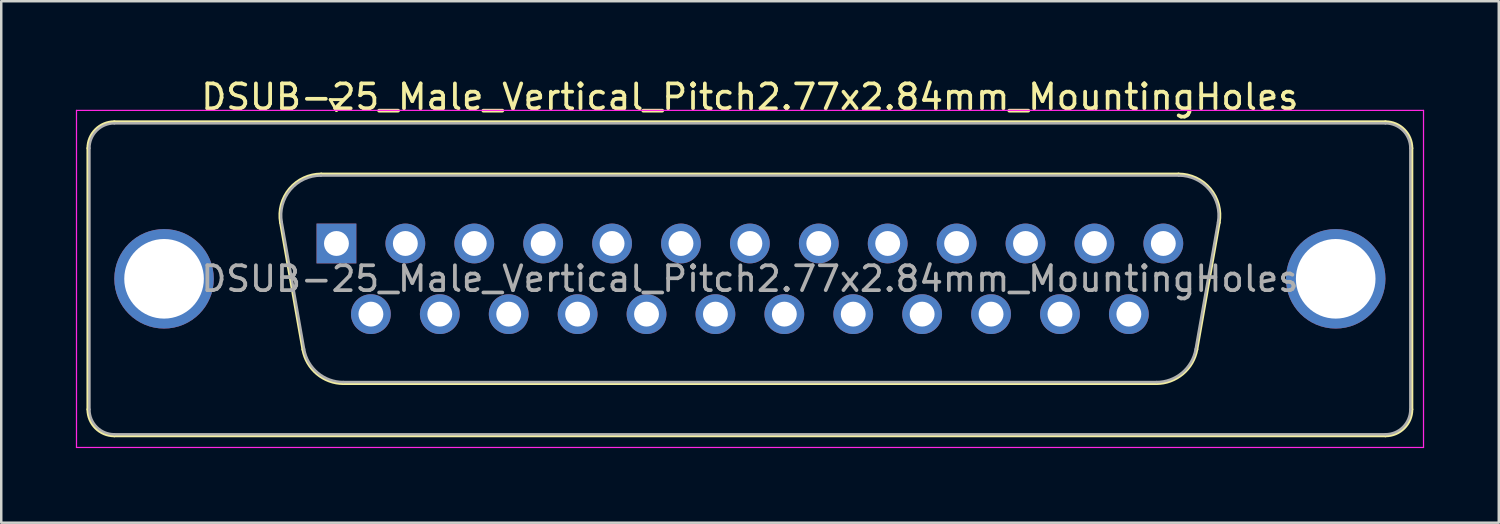
<source format=kicad_pcb>
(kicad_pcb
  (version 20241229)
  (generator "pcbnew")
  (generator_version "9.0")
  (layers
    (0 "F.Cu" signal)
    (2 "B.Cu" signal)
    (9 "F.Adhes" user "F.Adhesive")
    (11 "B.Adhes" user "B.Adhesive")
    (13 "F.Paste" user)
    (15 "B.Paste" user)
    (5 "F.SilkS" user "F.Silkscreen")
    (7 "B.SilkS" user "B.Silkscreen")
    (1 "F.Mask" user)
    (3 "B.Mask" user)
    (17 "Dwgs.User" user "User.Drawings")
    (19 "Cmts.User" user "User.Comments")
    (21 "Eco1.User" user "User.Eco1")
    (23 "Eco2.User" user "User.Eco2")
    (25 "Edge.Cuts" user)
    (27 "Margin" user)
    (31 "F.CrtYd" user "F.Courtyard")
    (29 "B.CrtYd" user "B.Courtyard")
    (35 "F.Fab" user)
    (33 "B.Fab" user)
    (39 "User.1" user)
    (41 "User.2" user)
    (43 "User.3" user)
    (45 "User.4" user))
  (footprint "DSUB-25_Male_Vertical_Pitch2.77x2.84mm_MountingHoles"
    (layer "F.Cu")
    (at 10.475 6.738)
    (property "Reference" "DSUB-25_Male_Vertical_Pitch2.77x2.84mm_MountingHoles" (at 16.62 -5.89 0) (layer "F.SilkS") (effects (font (size 1 1) (thickness 0.15))))
    (attr through_hole)
    (fp_line (start -9.99 6.67) (end -9.99 -3.83) (stroke (width 0.12) (type solid)) (layer "F.SilkS"))
    (fp_line (start -8.93 -4.89) (end 42.17 -4.89) (stroke (width 0.12) (type solid)) (layer "F.SilkS"))
    (fp_line (start -2.246 -0.842) (end -1.347 4.258) (stroke (width 0.12) (type solid)) (layer "F.SilkS"))
    (fp_line (start -0.612 -2.79) (end 33.852 -2.79) (stroke (width 0.12) (type solid)) (layer "F.SilkS"))
    (fp_line (start -0.25 -5.784) (end 0.25 -5.784) (stroke (width 0.12) (type solid)) (layer "F.SilkS"))
    (fp_line (start 0 -5.351) (end -0.25 -5.784) (stroke (width 0.12) (type solid)) (layer "F.SilkS"))
    (fp_line (start 0.25 -5.784) (end 0 -5.351) (stroke (width 0.12) (type solid)) (layer "F.SilkS"))
    (fp_line (start 0.288 5.63) (end 32.952 5.63) (stroke (width 0.12) (type solid)) (layer "F.SilkS"))
    (fp_line (start 35.486 -0.842) (end 34.587 4.258) (stroke (width 0.12) (type solid)) (layer "F.SilkS"))
    (fp_line (start 42.17 7.73) (end -8.93 7.73) (stroke (width 0.12) (type solid)) (layer "F.SilkS"))
    (fp_line (start 43.23 -3.83) (end 43.23 6.67) (stroke (width 0.12) (type solid)) (layer "F.SilkS"))
    (fp_arc (start -9.99 -3.83) (mid -9.679533 -4.579533) (end -8.93 -4.89) (stroke (width 0.12) (type solid)) (layer "F.SilkS"))
    (fp_arc (start -8.93 7.73) (mid -9.679533 7.419533) (end -9.99 6.67) (stroke (width 0.12) (type solid)) (layer "F.SilkS"))
    (fp_arc (start -2.24647 -0.841744) (mid -1.883323 -2.197028) (end -0.611689 -2.79) (stroke (width 0.12) (type solid)) (layer "F.SilkS"))
    (fp_arc (start 0.287579 5.63) (mid -0.779448 5.241634) (end -1.347202 4.258256) (stroke (width 0.12) (type solid)) (layer "F.SilkS"))
    (fp_arc (start 33.851689 -2.79) (mid 35.123323 -2.197027) (end 35.48647 -0.841744) (stroke (width 0.12) (type solid)) (layer "F.SilkS"))
    (fp_arc (start 34.587202 4.258256) (mid 34.019449 5.241634) (end 32.952421 5.63) (stroke (width 0.12) (type solid)) (layer "F.SilkS"))
    (fp_arc (start 42.17 -4.89) (mid 42.919533 -4.579533) (end 43.23 -3.83) (stroke (width 0.12) (type solid)) (layer "F.SilkS"))
    (fp_arc (start 43.23 6.67) (mid 42.919533 7.419533) (end 42.17 7.73) (stroke (width 0.12) (type solid)) (layer "F.SilkS"))
    (fp_line (start -10.45 -5.35) (end -10.45 8.2) (stroke (width 0.05) (type solid)) (layer "F.CrtYd"))
    (fp_line (start -10.45 8.2) (end 43.7 8.2) (stroke (width 0.05) (type solid)) (layer "F.CrtYd"))
    (fp_line (start 43.7 -5.35) (end -10.45 -5.35) (stroke (width 0.05) (type solid)) (layer "F.CrtYd"))
    (fp_line (start 43.7 8.2) (end 43.7 -5.35) (stroke (width 0.05) (type solid)) (layer "F.CrtYd"))
    (fp_line (start -9.93 6.67) (end -9.93 -3.83) (stroke (width 0.1) (type solid)) (layer "F.Fab"))
    (fp_line (start -8.93 -4.83) (end 42.17 -4.83) (stroke (width 0.1) (type solid)) (layer "F.Fab"))
    (fp_line (start -2.199 -0.852) (end -1.3 4.248) (stroke (width 0.1) (type solid)) (layer "F.Fab"))
    (fp_line (start -0.623 -2.73) (end 33.863 -2.73) (stroke (width 0.1) (type solid)) (layer "F.Fab"))
    (fp_line (start 0.276 5.57) (end 32.964 5.57) (stroke (width 0.1) (type solid)) (layer "F.Fab"))
    (fp_line (start 35.439 -0.852) (end 34.54 4.248) (stroke (width 0.1) (type solid)) (layer "F.Fab"))
    (fp_line (start 42.17 7.67) (end -8.93 7.67) (stroke (width 0.1) (type solid)) (layer "F.Fab"))
    (fp_line (start 43.17 -3.83) (end 43.17 6.67) (stroke (width 0.1) (type solid)) (layer "F.Fab"))
    (fp_arc (start -9.93 -3.83) (mid -9.637107 -4.537107) (end -8.93 -4.83) (stroke (width 0.1) (type solid)) (layer "F.Fab"))
    (fp_arc (start -8.93 7.67) (mid -9.637107 7.377107) (end -9.93 6.67) (stroke (width 0.1) (type solid)) (layer "F.Fab"))
    (fp_arc (start -2.198886 -0.852163) (mid -1.848865 -2.15846) (end -0.623194 -2.73) (stroke (width 0.1) (type solid)) (layer "F.Fab"))
    (fp_arc (start 0.276073 5.57) (mid -0.752387 5.195671) (end -1.299619 4.247837) (stroke (width 0.1) (type solid)) (layer "F.Fab"))
    (fp_arc (start 33.863194 -2.73) (mid 35.088865 -2.15846) (end 35.438886 -0.852163) (stroke (width 0.1) (type solid)) (layer "F.Fab"))
    (fp_arc (start 34.539619 4.247837) (mid 33.992387 5.195671) (end 32.963927 5.57) (stroke (width 0.1) (type solid)) (layer "F.Fab"))
    (fp_arc (start 42.17 -4.83) (mid 42.877107 -4.537107) (end 43.17 -3.83) (stroke (width 0.1) (type solid)) (layer "F.Fab"))
    (fp_arc (start 43.17 6.67) (mid 42.877107 7.377107) (end 42.17 7.67) (stroke (width 0.1) (type solid)) (layer "F.Fab"))
    (fp_text user "${REFERENCE}" (at 16.62 1.42 0) (layer "F.Fab") (effects (font (size 1 1) (thickness 0.15))))
    (pad "0" thru_hole circle (at -6.93 1.42) (size 4 4) (drill 3.2) (layers "*.Cu" "*.Mask"))
    (pad "0" thru_hole circle (at 40.17 1.42) (size 4 4) (drill 3.2) (layers "*.Cu" "*.Mask"))
    (pad "1" thru_hole rect (at 0 0) (size 1.6 1.6) (drill 1) (layers "*.Cu" "*.Mask"))
    (pad "2" thru_hole circle (at 2.77 0) (size 1.6 1.6) (drill 1) (layers "*.Cu" "*.Mask"))
    (pad "3" thru_hole circle (at 5.54 0) (size 1.6 1.6) (drill 1) (layers "*.Cu" "*.Mask"))
    (pad "4" thru_hole circle (at 8.31 0) (size 1.6 1.6) (drill 1) (layers "*.Cu" "*.Mask"))
    (pad "5" thru_hole circle (at 11.08 0) (size 1.6 1.6) (drill 1) (layers "*.Cu" "*.Mask"))
    (pad "6" thru_hole circle (at 13.85 0) (size 1.6 1.6) (drill 1) (layers "*.Cu" "*.Mask"))
    (pad "7" thru_hole circle (at 16.62 0) (size 1.6 1.6) (drill 1) (layers "*.Cu" "*.Mask"))
    (pad "8" thru_hole circle (at 19.39 0) (size 1.6 1.6) (drill 1) (layers "*.Cu" "*.Mask"))
    (pad "9" thru_hole circle (at 22.16 0) (size 1.6 1.6) (drill 1) (layers "*.Cu" "*.Mask"))
    (pad "10" thru_hole circle (at 24.93 0) (size 1.6 1.6) (drill 1) (layers "*.Cu" "*.Mask"))
    (pad "11" thru_hole circle (at 27.7 0) (size 1.6 1.6) (drill 1) (layers "*.Cu" "*.Mask"))
    (pad "12" thru_hole circle (at 30.47 0) (size 1.6 1.6) (drill 1) (layers "*.Cu" "*.Mask"))
    (pad "13" thru_hole circle (at 33.24 0) (size 1.6 1.6) (drill 1) (layers "*.Cu" "*.Mask"))
    (pad "14" thru_hole circle (at 1.385 2.84) (size 1.6 1.6) (drill 1) (layers "*.Cu" "*.Mask"))
    (pad "15" thru_hole circle (at 4.155 2.84) (size 1.6 1.6) (drill 1) (layers "*.Cu" "*.Mask"))
    (pad "16" thru_hole circle (at 6.925 2.84) (size 1.6 1.6) (drill 1) (layers "*.Cu" "*.Mask"))
    (pad "17" thru_hole circle (at 9.695 2.84) (size 1.6 1.6) (drill 1) (layers "*.Cu" "*.Mask"))
    (pad "18" thru_hole circle (at 12.465 2.84) (size 1.6 1.6) (drill 1) (layers "*.Cu" "*.Mask"))
    (pad "19" thru_hole circle (at 15.235 2.84) (size 1.6 1.6) (drill 1) (layers "*.Cu" "*.Mask"))
    (pad "20" thru_hole circle (at 18.005 2.84) (size 1.6 1.6) (drill 1) (layers "*.Cu" "*.Mask"))
    (pad "21" thru_hole circle (at 20.775 2.84) (size 1.6 1.6) (drill 1) (layers "*.Cu" "*.Mask"))
    (pad "22" thru_hole circle (at 23.545 2.84) (size 1.6 1.6) (drill 1) (layers "*.Cu" "*.Mask"))
    (pad "23" thru_hole circle (at 26.315 2.84) (size 1.6 1.6) (drill 1) (layers "*.Cu" "*.Mask"))
    (pad "24" thru_hole circle (at 29.085 2.84) (size 1.6 1.6) (drill 1) (layers "*.Cu" "*.Mask"))
    (pad "25" thru_hole circle (at 31.855 2.84) (size 1.6 1.6) (drill 1) (layers "*.Cu" "*.Mask")))
  (gr_rect
    (start -3 -3)
    (end 57.2 17.963)
    (stroke (width 0.1) (type default))
    (fill no)
    (layer "Edge.Cuts")))
</source>
